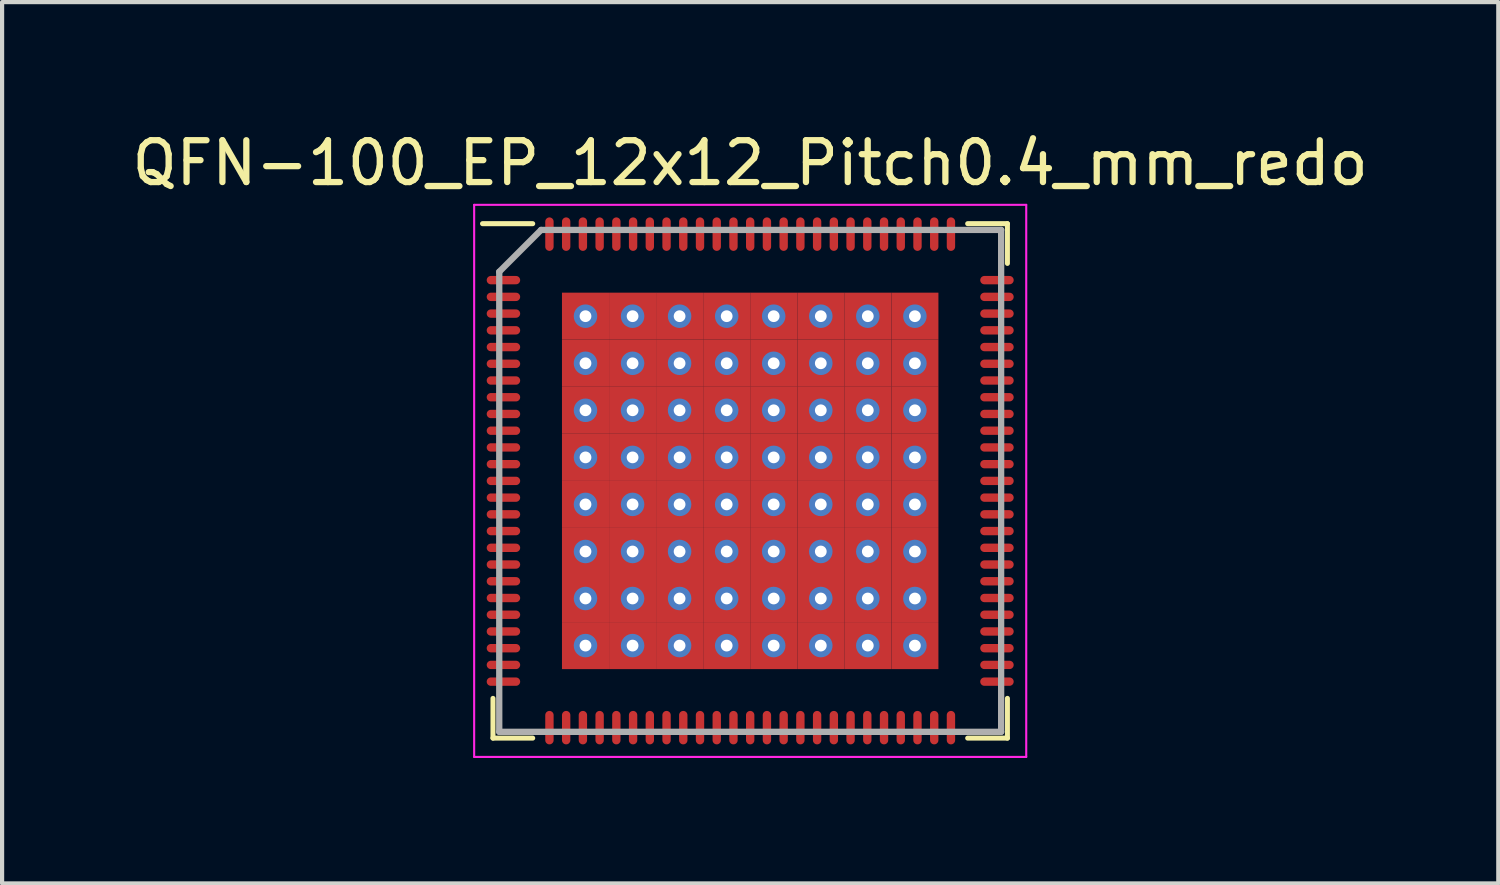
<source format=kicad_pcb>
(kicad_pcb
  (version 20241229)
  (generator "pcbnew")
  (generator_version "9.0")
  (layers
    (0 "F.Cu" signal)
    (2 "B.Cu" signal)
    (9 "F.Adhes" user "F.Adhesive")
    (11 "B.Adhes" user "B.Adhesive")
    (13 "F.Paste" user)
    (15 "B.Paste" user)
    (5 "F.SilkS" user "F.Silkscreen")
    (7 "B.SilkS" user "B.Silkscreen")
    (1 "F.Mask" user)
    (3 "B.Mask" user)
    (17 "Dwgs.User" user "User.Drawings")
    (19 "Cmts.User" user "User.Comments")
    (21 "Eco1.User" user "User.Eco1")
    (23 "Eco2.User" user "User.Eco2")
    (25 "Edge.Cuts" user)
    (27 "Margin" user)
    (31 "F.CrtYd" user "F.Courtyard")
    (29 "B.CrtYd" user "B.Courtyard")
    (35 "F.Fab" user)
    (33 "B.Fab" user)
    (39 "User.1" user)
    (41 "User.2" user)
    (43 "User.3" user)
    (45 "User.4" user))
  (footprint "QFN-100_EP_12x12_Pitch0.4_mm_redo"
    (layer "F.Cu")
    (at 14.887 8.448)
    (property "Reference" "QFN-100_EP_12x12_Pitch0.4_mm_redo" (at 0 -7.6 0) (layer "F.SilkS") (effects (font (size 1 1) (thickness 0.15))))
    (attr smd)
    (fp_line (start -6.15 6.15) (end -6.15 5.2) (stroke (width 0.12) (type solid)) (layer "F.SilkS"))
    (fp_line (start -5.2 -6.15) (end -6.4 -6.15) (stroke (width 0.12) (type solid)) (layer "F.SilkS"))
    (fp_line (start -5.2 6.15) (end -6.15 6.15) (stroke (width 0.12) (type solid)) (layer "F.SilkS"))
    (fp_line (start 5.2 -6.15) (end 6.15 -6.15) (stroke (width 0.12) (type solid)) (layer "F.SilkS"))
    (fp_line (start 5.2 6.15) (end 6.15 6.15) (stroke (width 0.12) (type solid)) (layer "F.SilkS"))
    (fp_line (start 6.15 -6.15) (end 6.15 -5.2) (stroke (width 0.12) (type solid)) (layer "F.SilkS"))
    (fp_line (start 6.15 6.15) (end 6.15 5.2) (stroke (width 0.12) (type solid)) (layer "F.SilkS"))
    (fp_line (start -6.6 -6.6) (end 6.6 -6.6) (stroke (width 0.05) (type solid)) (layer "F.CrtYd"))
    (fp_line (start -6.6 6.6) (end -6.6 -6.6) (stroke (width 0.05) (type solid)) (layer "F.CrtYd"))
    (fp_line (start 6.6 -6.6) (end 6.6 6.6) (stroke (width 0.05) (type solid)) (layer "F.CrtYd"))
    (fp_line (start 6.6 6.6) (end -6.6 6.6) (stroke (width 0.05) (type solid)) (layer "F.CrtYd"))
    (fp_line (start -6 -5) (end -6 6) (stroke (width 0.15) (type solid)) (layer "F.Fab"))
    (fp_line (start -6 6) (end 6 6) (stroke (width 0.15) (type solid)) (layer "F.Fab"))
    (fp_line (start -5 -6) (end -6 -5) (stroke (width 0.15) (type solid)) (layer "F.Fab"))
    (fp_line (start 6 -6) (end -5 -6) (stroke (width 0.15) (type solid)) (layer "F.Fab"))
    (fp_line (start 6 6) (end 6 -6) (stroke (width 0.15) (type solid)) (layer "F.Fab"))
    (pad "1" smd oval (at -5.9 -4.8 90) (size 0.2 0.8) (layers "F.Cu" "F.Mask" "F.Paste"))
    (pad "2" smd oval (at -5.9 -4.4 90) (size 0.2 0.8) (layers "F.Cu" "F.Mask" "F.Paste"))
    (pad "3" smd oval (at -5.9 -4 90) (size 0.2 0.8) (layers "F.Cu" "F.Mask" "F.Paste"))
    (pad "4" smd oval (at -5.9 -3.6 90) (size 0.2 0.8) (layers "F.Cu" "F.Mask" "F.Paste"))
    (pad "5" smd oval (at -5.9 -3.2 90) (size 0.2 0.8) (layers "F.Cu" "F.Mask" "F.Paste"))
    (pad "6" smd oval (at -5.9 -2.8 90) (size 0.2 0.8) (layers "F.Cu" "F.Mask" "F.Paste"))
    (pad "7" smd oval (at -5.9 -2.4 90) (size 0.2 0.8) (layers "F.Cu" "F.Mask" "F.Paste"))
    (pad "8" smd oval (at -5.9 -2 90) (size 0.2 0.8) (layers "F.Cu" "F.Mask" "F.Paste"))
    (pad "9" smd oval (at -5.9 -1.6 90) (size 0.2 0.8) (layers "F.Cu" "F.Mask" "F.Paste"))
    (pad "10" smd oval (at -5.9 -1.2 90) (size 0.2 0.8) (layers "F.Cu" "F.Mask" "F.Paste"))
    (pad "11" smd oval (at -5.9 -0.8 90) (size 0.2 0.8) (layers "F.Cu" "F.Mask" "F.Paste"))
    (pad "12" smd oval (at -5.9 -0.4 90) (size 0.2 0.8) (layers "F.Cu" "F.Mask" "F.Paste"))
    (pad "13" smd oval (at -5.9 0 90) (size 0.2 0.8) (layers "F.Cu" "F.Mask" "F.Paste"))
    (pad "14" smd oval (at -5.9 0.4 90) (size 0.2 0.8) (layers "F.Cu" "F.Mask" "F.Paste"))
    (pad "15" smd oval (at -5.9 0.8 90) (size 0.2 0.8) (layers "F.Cu" "F.Mask" "F.Paste"))
    (pad "16" smd oval (at -5.9 1.2 90) (size 0.2 0.8) (layers "F.Cu" "F.Mask" "F.Paste"))
    (pad "17" smd oval (at -5.9 1.6 90) (size 0.2 0.8) (layers "F.Cu" "F.Mask" "F.Paste"))
    (pad "18" smd oval (at -5.9 2 90) (size 0.2 0.8) (layers "F.Cu" "F.Mask" "F.Paste"))
    (pad "19" smd oval (at -5.9 2.4 90) (size 0.2 0.8) (layers "F.Cu" "F.Mask" "F.Paste"))
    (pad "20" smd oval (at -5.9 2.8 90) (size 0.2 0.8) (layers "F.Cu" "F.Mask" "F.Paste"))
    (pad "21" smd oval (at -5.9 3.2 90) (size 0.2 0.8) (layers "F.Cu" "F.Mask" "F.Paste"))
    (pad "22" smd oval (at -5.9 3.6 90) (size 0.2 0.8) (layers "F.Cu" "F.Mask" "F.Paste"))
    (pad "23" smd oval (at -5.9 4 90) (size 0.2 0.8) (layers "F.Cu" "F.Mask" "F.Paste"))
    (pad "24" smd oval (at -5.9 4.4 90) (size 0.2 0.8) (layers "F.Cu" "F.Mask" "F.Paste"))
    (pad "25" smd oval (at -5.9 4.8 90) (size 0.2 0.8) (layers "F.Cu" "F.Mask" "F.Paste"))
    (pad "26" smd oval (at -4.8 5.9) (size 0.2 0.8) (layers "F.Cu" "F.Mask" "F.Paste"))
    (pad "27" smd oval (at -4.4 5.9) (size 0.2 0.8) (layers "F.Cu" "F.Mask" "F.Paste"))
    (pad "28" smd oval (at -4 5.9) (size 0.2 0.8) (layers "F.Cu" "F.Mask" "F.Paste"))
    (pad "29" smd oval (at -3.6 5.9) (size 0.2 0.8) (layers "F.Cu" "F.Mask" "F.Paste"))
    (pad "30" smd oval (at -3.2 5.9) (size 0.2 0.8) (layers "F.Cu" "F.Mask" "F.Paste"))
    (pad "31" smd oval (at -2.8 5.9) (size 0.2 0.8) (layers "F.Cu" "F.Mask" "F.Paste"))
    (pad "32" smd oval (at -2.4 5.9) (size 0.2 0.8) (layers "F.Cu" "F.Mask" "F.Paste"))
    (pad "33" smd oval (at -2 5.9) (size 0.2 0.8) (layers "F.Cu" "F.Mask" "F.Paste"))
    (pad "34" smd oval (at -1.6 5.9) (size 0.2 0.8) (layers "F.Cu" "F.Mask" "F.Paste"))
    (pad "35" smd oval (at -1.2 5.9) (size 0.2 0.8) (layers "F.Cu" "F.Mask" "F.Paste"))
    (pad "36" smd oval (at -0.8 5.9) (size 0.2 0.8) (layers "F.Cu" "F.Mask" "F.Paste"))
    (pad "37" smd oval (at -0.4 5.9) (size 0.2 0.8) (layers "F.Cu" "F.Mask" "F.Paste"))
    (pad "38" smd oval (at 0 5.9) (size 0.2 0.8) (layers "F.Cu" "F.Mask" "F.Paste"))
    (pad "39" smd oval (at 0.4 5.9) (size 0.2 0.8) (layers "F.Cu" "F.Mask" "F.Paste"))
    (pad "40" smd oval (at 0.8 5.9) (size 0.2 0.8) (layers "F.Cu" "F.Mask" "F.Paste"))
    (pad "41" smd oval (at 1.2 5.9) (size 0.2 0.8) (layers "F.Cu" "F.Mask" "F.Paste"))
    (pad "42" smd oval (at 1.6 5.9) (size 0.2 0.8) (layers "F.Cu" "F.Mask" "F.Paste"))
    (pad "43" smd oval (at 2 5.9) (size 0.2 0.8) (layers "F.Cu" "F.Mask" "F.Paste"))
    (pad "44" smd oval (at 2.4 5.9) (size 0.2 0.8) (layers "F.Cu" "F.Mask" "F.Paste"))
    (pad "45" smd oval (at 2.8 5.9) (size 0.2 0.8) (layers "F.Cu" "F.Mask" "F.Paste"))
    (pad "46" smd oval (at 3.2 5.9) (size 0.2 0.8) (layers "F.Cu" "F.Mask" "F.Paste"))
    (pad "47" smd oval (at 3.6 5.9) (size 0.2 0.8) (layers "F.Cu" "F.Mask" "F.Paste"))
    (pad "48" smd oval (at 4 5.9) (size 0.2 0.8) (layers "F.Cu" "F.Mask" "F.Paste"))
    (pad "49" smd oval (at 4.4 5.9) (size 0.2 0.8) (layers "F.Cu" "F.Mask" "F.Paste"))
    (pad "50" smd oval (at 4.8 5.9) (size 0.2 0.8) (layers "F.Cu" "F.Mask" "F.Paste"))
    (pad "51" smd oval (at 5.9 4.8 90) (size 0.2 0.8) (layers "F.Cu" "F.Mask" "F.Paste"))
    (pad "52" smd oval (at 5.9 4.4 90) (size 0.2 0.8) (layers "F.Cu" "F.Mask" "F.Paste"))
    (pad "53" smd oval (at 5.9 4 90) (size 0.2 0.8) (layers "F.Cu" "F.Mask" "F.Paste"))
    (pad "54" smd oval (at 5.9 3.6 90) (size 0.2 0.8) (layers "F.Cu" "F.Mask" "F.Paste"))
    (pad "55" smd oval (at 5.9 3.2 90) (size 0.2 0.8) (layers "F.Cu" "F.Mask" "F.Paste"))
    (pad "56" smd oval (at 5.9 2.8 90) (size 0.2 0.8) (layers "F.Cu" "F.Mask" "F.Paste"))
    (pad "57" smd oval (at 5.9 2.4 90) (size 0.2 0.8) (layers "F.Cu" "F.Mask" "F.Paste"))
    (pad "58" smd oval (at 5.9 2 90) (size 0.2 0.8) (layers "F.Cu" "F.Mask" "F.Paste"))
    (pad "59" smd oval (at 5.9 1.6 90) (size 0.2 0.8) (layers "F.Cu" "F.Mask" "F.Paste"))
    (pad "60" smd oval (at 5.9 1.2 90) (size 0.2 0.8) (layers "F.Cu" "F.Mask" "F.Paste"))
    (pad "61" smd oval (at 5.9 0.8 90) (size 0.2 0.8) (layers "F.Cu" "F.Mask" "F.Paste"))
    (pad "62" smd oval (at 5.9 0.4 90) (size 0.2 0.8) (layers "F.Cu" "F.Mask" "F.Paste"))
    (pad "63" smd oval (at 5.9 0 90) (size 0.2 0.8) (layers "F.Cu" "F.Mask" "F.Paste"))
    (pad "64" smd oval (at 5.9 -0.4 90) (size 0.2 0.8) (layers "F.Cu" "F.Mask" "F.Paste"))
    (pad "65" smd oval (at 5.9 -0.8 90) (size 0.2 0.8) (layers "F.Cu" "F.Mask" "F.Paste"))
    (pad "66" smd oval (at 5.9 -1.2 90) (size 0.2 0.8) (layers "F.Cu" "F.Mask" "F.Paste"))
    (pad "67" smd oval (at 5.9 -1.6 90) (size 0.2 0.8) (layers "F.Cu" "F.Mask" "F.Paste"))
    (pad "68" smd oval (at 5.9 -2 90) (size 0.2 0.8) (layers "F.Cu" "F.Mask" "F.Paste"))
    (pad "69" smd oval (at 5.9 -2.4 90) (size 0.2 0.8) (layers "F.Cu" "F.Mask" "F.Paste"))
    (pad "70" smd oval (at 5.9 -2.8 90) (size 0.2 0.8) (layers "F.Cu" "F.Mask" "F.Paste"))
    (pad "71" smd oval (at 5.9 -3.2 90) (size 0.2 0.8) (layers "F.Cu" "F.Mask" "F.Paste"))
    (pad "72" smd oval (at 5.9 -3.6 90) (size 0.2 0.8) (layers "F.Cu" "F.Mask" "F.Paste"))
    (pad "73" smd oval (at 5.9 -4 90) (size 0.2 0.8) (layers "F.Cu" "F.Mask" "F.Paste"))
    (pad "74" smd oval (at 5.9 -4.4 90) (size 0.2 0.8) (layers "F.Cu" "F.Mask" "F.Paste"))
    (pad "75" smd oval (at 5.9 -4.8 90) (size 0.2 0.8) (layers "F.Cu" "F.Mask" "F.Paste"))
    (pad "76" smd oval (at 4.8 -5.9) (size 0.2 0.8) (layers "F.Cu" "F.Mask" "F.Paste"))
    (pad "77" smd oval (at 4.4 -5.9) (size 0.2 0.8) (layers "F.Cu" "F.Mask" "F.Paste"))
    (pad "78" smd oval (at 4 -5.9) (size 0.2 0.8) (layers "F.Cu" "F.Mask" "F.Paste"))
    (pad "79" smd oval (at 3.6 -5.9) (size 0.2 0.8) (layers "F.Cu" "F.Mask" "F.Paste"))
    (pad "80" smd oval (at 3.2 -5.9) (size 0.2 0.8) (layers "F.Cu" "F.Mask" "F.Paste"))
    (pad "81" smd oval (at 2.8 -5.9) (size 0.2 0.8) (layers "F.Cu" "F.Mask" "F.Paste"))
    (pad "82" smd oval (at 2.4 -5.9) (size 0.2 0.8) (layers "F.Cu" "F.Mask" "F.Paste"))
    (pad "83" smd oval (at 2 -5.9) (size 0.2 0.8) (layers "F.Cu" "F.Mask" "F.Paste"))
    (pad "84" smd oval (at 1.6 -5.9) (size 0.2 0.8) (layers "F.Cu" "F.Mask" "F.Paste"))
    (pad "85" smd oval (at 1.2 -5.9) (size 0.2 0.8) (layers "F.Cu" "F.Mask" "F.Paste"))
    (pad "86" smd oval (at 0.8 -5.9) (size 0.2 0.8) (layers "F.Cu" "F.Mask" "F.Paste"))
    (pad "87" smd oval (at 0.4 -5.9) (size 0.2 0.8) (layers "F.Cu" "F.Mask" "F.Paste"))
    (pad "88" smd oval (at 0 -5.9) (size 0.2 0.8) (layers "F.Cu" "F.Mask" "F.Paste"))
    (pad "89" smd oval (at -0.4 -5.9) (size 0.2 0.8) (layers "F.Cu" "F.Mask" "F.Paste"))
    (pad "90" smd oval (at -0.8 -5.9) (size 0.2 0.8) (layers "F.Cu" "F.Mask" "F.Paste"))
    (pad "91" smd oval (at -1.2 -5.9) (size 0.2 0.8) (layers "F.Cu" "F.Mask" "F.Paste"))
    (pad "92" smd oval (at -1.6 -5.9) (size 0.2 0.8) (layers "F.Cu" "F.Mask" "F.Paste"))
    (pad "93" smd oval (at -2 -5.9) (size 0.2 0.8) (layers "F.Cu" "F.Mask" "F.Paste"))
    (pad "94" smd oval (at -2.4 -5.9) (size 0.2 0.8) (layers "F.Cu" "F.Mask" "F.Paste"))
    (pad "95" smd oval (at -2.8 -5.9) (size 0.2 0.8) (layers "F.Cu" "F.Mask" "F.Paste"))
    (pad "96" smd oval (at -3.2 -5.9) (size 0.2 0.8) (layers "F.Cu" "F.Mask" "F.Paste"))
    (pad "97" smd oval (at -3.6 -5.9) (size 0.2 0.8) (layers "F.Cu" "F.Mask" "F.Paste"))
    (pad "98" smd oval (at -4 -5.9) (size 0.2 0.8) (layers "F.Cu" "F.Mask" "F.Paste"))
    (pad "99" smd oval (at -4.4 -5.9) (size 0.2 0.8) (layers "F.Cu" "F.Mask" "F.Paste"))
    (pad "100" smd oval (at -4.8 -5.9) (size 0.2 0.8) (layers "F.Cu" "F.Mask" "F.Paste"))
    (pad "101" thru_hole circle (at -3.938 -3.938) (size 0.562 0.562) (drill 0.281) (layers "*.Cu" "*.Mask"))
    (pad "101" smd rect (at -3.938 -3.938) (size 1.125 1.125) (layers "F.Cu" "F.Mask" "F.Paste"))
    (pad "101" thru_hole circle (at -3.938 -2.812) (size 0.562 0.562) (drill 0.281) (layers "*.Cu" "*.Mask"))
    (pad "101" smd rect (at -3.938 -2.812) (size 1.125 1.125) (layers "F.Cu" "F.Mask" "F.Paste"))
    (pad "101" thru_hole circle (at -3.938 -1.688) (size 0.562 0.562) (drill 0.281) (layers "*.Cu" "*.Mask"))
    (pad "101" smd rect (at -3.938 -1.688) (size 1.125 1.125) (layers "F.Cu" "F.Mask" "F.Paste"))
    (pad "101" thru_hole circle (at -3.938 -0.562) (size 0.562 0.562) (drill 0.281) (layers "*.Cu" "*.Mask"))
    (pad "101" smd rect (at -3.938 -0.562) (size 1.125 1.125) (layers "F.Cu" "F.Mask" "F.Paste"))
    (pad "101" thru_hole circle (at -3.938 0.562) (size 0.562 0.562) (drill 0.281) (layers "*.Cu" "*.Mask"))
    (pad "101" smd rect (at -3.938 0.562) (size 1.125 1.125) (layers "F.Cu" "F.Mask" "F.Paste"))
    (pad "101" thru_hole circle (at -3.938 1.688) (size 0.562 0.562) (drill 0.281) (layers "*.Cu" "*.Mask"))
    (pad "101" smd rect (at -3.938 1.688) (size 1.125 1.125) (layers "F.Cu" "F.Mask" "F.Paste"))
    (pad "101" thru_hole circle (at -3.938 2.812) (size 0.562 0.562) (drill 0.281) (layers "*.Cu" "*.Mask"))
    (pad "101" smd rect (at -3.938 2.812) (size 1.125 1.125) (layers "F.Cu" "F.Mask" "F.Paste"))
    (pad "101" thru_hole circle (at -3.938 3.938) (size 0.562 0.562) (drill 0.281) (layers "*.Cu" "*.Mask"))
    (pad "101" smd rect (at -3.938 3.938) (size 1.125 1.125) (layers "F.Cu" "F.Mask" "F.Paste"))
    (pad "101" thru_hole circle (at -2.812 -3.938) (size 0.562 0.562) (drill 0.281) (layers "*.Cu" "*.Mask"))
    (pad "101" smd rect (at -2.812 -3.938) (size 1.125 1.125) (layers "F.Cu" "F.Mask" "F.Paste"))
    (pad "101" thru_hole circle (at -2.812 -2.812) (size 0.562 0.562) (drill 0.281) (layers "*.Cu" "*.Mask"))
    (pad "101" smd rect (at -2.812 -2.812) (size 1.125 1.125) (layers "F.Cu" "F.Mask" "F.Paste"))
    (pad "101" thru_hole circle (at -2.812 -1.688) (size 0.562 0.562) (drill 0.281) (layers "*.Cu" "*.Mask"))
    (pad "101" smd rect (at -2.812 -1.688) (size 1.125 1.125) (layers "F.Cu" "F.Mask" "F.Paste"))
    (pad "101" thru_hole circle (at -2.812 -0.562) (size 0.562 0.562) (drill 0.281) (layers "*.Cu" "*.Mask"))
    (pad "101" smd rect (at -2.812 -0.562) (size 1.125 1.125) (layers "F.Cu" "F.Mask" "F.Paste"))
    (pad "101" thru_hole circle (at -2.812 0.562) (size 0.562 0.562) (drill 0.281) (layers "*.Cu" "*.Mask"))
    (pad "101" smd rect (at -2.812 0.562) (size 1.125 1.125) (layers "F.Cu" "F.Mask" "F.Paste"))
    (pad "101" thru_hole circle (at -2.812 1.688) (size 0.562 0.562) (drill 0.281) (layers "*.Cu" "*.Mask"))
    (pad "101" smd rect (at -2.812 1.688) (size 1.125 1.125) (layers "F.Cu" "F.Mask" "F.Paste"))
    (pad "101" thru_hole circle (at -2.812 2.812) (size 0.562 0.562) (drill 0.281) (layers "*.Cu" "*.Mask"))
    (pad "101" smd rect (at -2.812 2.812) (size 1.125 1.125) (layers "F.Cu" "F.Mask" "F.Paste"))
    (pad "101" thru_hole circle (at -2.812 3.938) (size 0.562 0.562) (drill 0.281) (layers "*.Cu" "*.Mask"))
    (pad "101" smd rect (at -2.812 3.938) (size 1.125 1.125) (layers "F.Cu" "F.Mask" "F.Paste"))
    (pad "101" thru_hole circle (at -1.688 -3.938) (size 0.562 0.562) (drill 0.281) (layers "*.Cu" "*.Mask"))
    (pad "101" smd rect (at -1.688 -3.938) (size 1.125 1.125) (layers "F.Cu" "F.Mask" "F.Paste"))
    (pad "101" thru_hole circle (at -1.688 -2.812) (size 0.562 0.562) (drill 0.281) (layers "*.Cu" "*.Mask"))
    (pad "101" smd rect (at -1.688 -2.812) (size 1.125 1.125) (layers "F.Cu" "F.Mask" "F.Paste"))
    (pad "101" thru_hole circle (at -1.688 -1.688) (size 0.562 0.562) (drill 0.281) (layers "*.Cu" "*.Mask"))
    (pad "101" smd rect (at -1.688 -1.688) (size 1.125 1.125) (layers "F.Cu" "F.Mask" "F.Paste"))
    (pad "101" thru_hole circle (at -1.688 -0.562) (size 0.562 0.562) (drill 0.281) (layers "*.Cu" "*.Mask"))
    (pad "101" smd rect (at -1.688 -0.562) (size 1.125 1.125) (layers "F.Cu" "F.Mask" "F.Paste"))
    (pad "101" thru_hole circle (at -1.688 0.562) (size 0.562 0.562) (drill 0.281) (layers "*.Cu" "*.Mask"))
    (pad "101" smd rect (at -1.688 0.562) (size 1.125 1.125) (layers "F.Cu" "F.Mask" "F.Paste"))
    (pad "101" thru_hole circle (at -1.688 1.688) (size 0.562 0.562) (drill 0.281) (layers "*.Cu" "*.Mask"))
    (pad "101" smd rect (at -1.688 1.688) (size 1.125 1.125) (layers "F.Cu" "F.Mask" "F.Paste"))
    (pad "101" thru_hole circle (at -1.688 2.812) (size 0.562 0.562) (drill 0.281) (layers "*.Cu" "*.Mask"))
    (pad "101" smd rect (at -1.688 2.812) (size 1.125 1.125) (layers "F.Cu" "F.Mask" "F.Paste"))
    (pad "101" thru_hole circle (at -1.688 3.938) (size 0.562 0.562) (drill 0.281) (layers "*.Cu" "*.Mask"))
    (pad "101" smd rect (at -1.688 3.938) (size 1.125 1.125) (layers "F.Cu" "F.Mask" "F.Paste"))
    (pad "101" thru_hole circle (at -0.562 -3.938) (size 0.562 0.562) (drill 0.281) (layers "*.Cu" "*.Mask"))
    (pad "101" smd rect (at -0.562 -3.938) (size 1.125 1.125) (layers "F.Cu" "F.Mask" "F.Paste"))
    (pad "101" thru_hole circle (at -0.562 -2.812) (size 0.562 0.562) (drill 0.281) (layers "*.Cu" "*.Mask"))
    (pad "101" smd rect (at -0.562 -2.812) (size 1.125 1.125) (layers "F.Cu" "F.Mask" "F.Paste"))
    (pad "101" thru_hole circle (at -0.562 -1.688) (size 0.562 0.562) (drill 0.281) (layers "*.Cu" "*.Mask"))
    (pad "101" smd rect (at -0.562 -1.688) (size 1.125 1.125) (layers "F.Cu" "F.Mask" "F.Paste"))
    (pad "101" thru_hole circle (at -0.562 -0.562) (size 0.562 0.562) (drill 0.281) (layers "*.Cu" "*.Mask"))
    (pad "101" smd rect (at -0.562 -0.562) (size 1.125 1.125) (layers "F.Cu" "F.Mask" "F.Paste"))
    (pad "101" thru_hole circle (at -0.562 0.562) (size 0.562 0.562) (drill 0.281) (layers "*.Cu" "*.Mask"))
    (pad "101" smd rect (at -0.562 0.562) (size 1.125 1.125) (layers "F.Cu" "F.Mask" "F.Paste"))
    (pad "101" thru_hole circle (at -0.562 1.688) (size 0.562 0.562) (drill 0.281) (layers "*.Cu" "*.Mask"))
    (pad "101" smd rect (at -0.562 1.688) (size 1.125 1.125) (layers "F.Cu" "F.Mask" "F.Paste"))
    (pad "101" thru_hole circle (at -0.562 2.812) (size 0.562 0.562) (drill 0.281) (layers "*.Cu" "*.Mask"))
    (pad "101" smd rect (at -0.562 2.812) (size 1.125 1.125) (layers "F.Cu" "F.Mask" "F.Paste"))
    (pad "101" thru_hole circle (at -0.562 3.938) (size 0.562 0.562) (drill 0.281) (layers "*.Cu" "*.Mask"))
    (pad "101" smd rect (at -0.562 3.938) (size 1.125 1.125) (layers "F.Cu" "F.Mask" "F.Paste"))
    (pad "101" thru_hole circle (at 0.562 -3.938) (size 0.562 0.562) (drill 0.281) (layers "*.Cu" "*.Mask"))
    (pad "101" smd rect (at 0.562 -3.938) (size 1.125 1.125) (layers "F.Cu" "F.Mask" "F.Paste"))
    (pad "101" thru_hole circle (at 0.562 -2.812) (size 0.562 0.562) (drill 0.281) (layers "*.Cu" "*.Mask"))
    (pad "101" smd rect (at 0.562 -2.812) (size 1.125 1.125) (layers "F.Cu" "F.Mask" "F.Paste"))
    (pad "101" thru_hole circle (at 0.562 -1.688) (size 0.562 0.562) (drill 0.281) (layers "*.Cu" "*.Mask"))
    (pad "101" smd rect (at 0.562 -1.688) (size 1.125 1.125) (layers "F.Cu" "F.Mask" "F.Paste"))
    (pad "101" thru_hole circle (at 0.562 -0.562) (size 0.562 0.562) (drill 0.281) (layers "*.Cu" "*.Mask"))
    (pad "101" smd rect (at 0.562 -0.562) (size 1.125 1.125) (layers "F.Cu" "F.Mask" "F.Paste"))
    (pad "101" thru_hole circle (at 0.562 0.562) (size 0.562 0.562) (drill 0.281) (layers "*.Cu" "*.Mask"))
    (pad "101" smd rect (at 0.562 0.562) (size 1.125 1.125) (layers "F.Cu" "F.Mask" "F.Paste"))
    (pad "101" thru_hole circle (at 0.562 1.688) (size 0.562 0.562) (drill 0.281) (layers "*.Cu" "*.Mask"))
    (pad "101" smd rect (at 0.562 1.688) (size 1.125 1.125) (layers "F.Cu" "F.Mask" "F.Paste"))
    (pad "101" thru_hole circle (at 0.562 2.812) (size 0.562 0.562) (drill 0.281) (layers "*.Cu" "*.Mask"))
    (pad "101" smd rect (at 0.562 2.812) (size 1.125 1.125) (layers "F.Cu" "F.Mask" "F.Paste"))
    (pad "101" thru_hole circle (at 0.562 3.938) (size 0.562 0.562) (drill 0.281) (layers "*.Cu" "*.Mask"))
    (pad "101" smd rect (at 0.562 3.938) (size 1.125 1.125) (layers "F.Cu" "F.Mask" "F.Paste"))
    (pad "101" thru_hole circle (at 1.688 -3.938) (size 0.562 0.562) (drill 0.281) (layers "*.Cu" "*.Mask"))
    (pad "101" smd rect (at 1.688 -3.938) (size 1.125 1.125) (layers "F.Cu" "F.Mask" "F.Paste"))
    (pad "101" thru_hole circle (at 1.688 -2.812) (size 0.562 0.562) (drill 0.281) (layers "*.Cu" "*.Mask"))
    (pad "101" smd rect (at 1.688 -2.812) (size 1.125 1.125) (layers "F.Cu" "F.Mask" "F.Paste"))
    (pad "101" thru_hole circle (at 1.688 -1.688) (size 0.562 0.562) (drill 0.281) (layers "*.Cu" "*.Mask"))
    (pad "101" smd rect (at 1.688 -1.688) (size 1.125 1.125) (layers "F.Cu" "F.Mask" "F.Paste"))
    (pad "101" thru_hole circle (at 1.688 -0.562) (size 0.562 0.562) (drill 0.281) (layers "*.Cu" "*.Mask"))
    (pad "101" smd rect (at 1.688 -0.562) (size 1.125 1.125) (layers "F.Cu" "F.Mask" "F.Paste"))
    (pad "101" thru_hole circle (at 1.688 0.562) (size 0.562 0.562) (drill 0.281) (layers "*.Cu" "*.Mask"))
    (pad "101" smd rect (at 1.688 0.562) (size 1.125 1.125) (layers "F.Cu" "F.Mask" "F.Paste"))
    (pad "101" thru_hole circle (at 1.688 1.688) (size 0.562 0.562) (drill 0.281) (layers "*.Cu" "*.Mask"))
    (pad "101" smd rect (at 1.688 1.688) (size 1.125 1.125) (layers "F.Cu" "F.Mask" "F.Paste"))
    (pad "101" thru_hole circle (at 1.688 2.812) (size 0.562 0.562) (drill 0.281) (layers "*.Cu" "*.Mask"))
    (pad "101" smd rect (at 1.688 2.812) (size 1.125 1.125) (layers "F.Cu" "F.Mask" "F.Paste"))
    (pad "101" thru_hole circle (at 1.688 3.938) (size 0.562 0.562) (drill 0.281) (layers "*.Cu" "*.Mask"))
    (pad "101" smd rect (at 1.688 3.938) (size 1.125 1.125) (layers "F.Cu" "F.Mask" "F.Paste"))
    (pad "101" thru_hole circle (at 2.812 -3.938) (size 0.562 0.562) (drill 0.281) (layers "*.Cu" "*.Mask"))
    (pad "101" smd rect (at 2.812 -3.938) (size 1.125 1.125) (layers "F.Cu" "F.Mask" "F.Paste"))
    (pad "101" thru_hole circle (at 2.812 -2.812) (size 0.562 0.562) (drill 0.281) (layers "*.Cu" "*.Mask"))
    (pad "101" smd rect (at 2.812 -2.812) (size 1.125 1.125) (layers "F.Cu" "F.Mask" "F.Paste"))
    (pad "101" thru_hole circle (at 2.812 -1.688) (size 0.562 0.562) (drill 0.281) (layers "*.Cu" "*.Mask"))
    (pad "101" smd rect (at 2.812 -1.688) (size 1.125 1.125) (layers "F.Cu" "F.Mask" "F.Paste"))
    (pad "101" thru_hole circle (at 2.812 -0.562) (size 0.562 0.562) (drill 0.281) (layers "*.Cu" "*.Mask"))
    (pad "101" smd rect (at 2.812 -0.562) (size 1.125 1.125) (layers "F.Cu" "F.Mask" "F.Paste"))
    (pad "101" thru_hole circle (at 2.812 0.562) (size 0.562 0.562) (drill 0.281) (layers "*.Cu" "*.Mask"))
    (pad "101" smd rect (at 2.812 0.562) (size 1.125 1.125) (layers "F.Cu" "F.Mask" "F.Paste"))
    (pad "101" thru_hole circle (at 2.812 1.688) (size 0.562 0.562) (drill 0.281) (layers "*.Cu" "*.Mask"))
    (pad "101" smd rect (at 2.812 1.688) (size 1.125 1.125) (layers "F.Cu" "F.Mask" "F.Paste"))
    (pad "101" thru_hole circle (at 2.812 2.812) (size 0.562 0.562) (drill 0.281) (layers "*.Cu" "*.Mask"))
    (pad "101" smd rect (at 2.812 2.812) (size 1.125 1.125) (layers "F.Cu" "F.Mask" "F.Paste"))
    (pad "101" thru_hole circle (at 2.812 3.938) (size 0.562 0.562) (drill 0.281) (layers "*.Cu" "*.Mask"))
    (pad "101" smd rect (at 2.812 3.938) (size 1.125 1.125) (layers "F.Cu" "F.Mask" "F.Paste"))
    (pad "101" thru_hole circle (at 3.938 -3.938) (size 0.562 0.562) (drill 0.281) (layers "*.Cu" "*.Mask"))
    (pad "101" smd rect (at 3.938 -3.938) (size 1.125 1.125) (layers "F.Cu" "F.Mask" "F.Paste"))
    (pad "101" thru_hole circle (at 3.938 -2.812) (size 0.562 0.562) (drill 0.281) (layers "*.Cu" "*.Mask"))
    (pad "101" smd rect (at 3.938 -2.812) (size 1.125 1.125) (layers "F.Cu" "F.Mask" "F.Paste"))
    (pad "101" thru_hole circle (at 3.938 -1.688) (size 0.562 0.562) (drill 0.281) (layers "*.Cu" "*.Mask"))
    (pad "101" smd rect (at 3.938 -1.688) (size 1.125 1.125) (layers "F.Cu" "F.Mask" "F.Paste"))
    (pad "101" thru_hole circle (at 3.938 -0.562) (size 0.562 0.562) (drill 0.281) (layers "*.Cu" "*.Mask"))
    (pad "101" smd rect (at 3.938 -0.562) (size 1.125 1.125) (layers "F.Cu" "F.Mask" "F.Paste"))
    (pad "101" thru_hole circle (at 3.938 0.562) (size 0.562 0.562) (drill 0.281) (layers "*.Cu" "*.Mask"))
    (pad "101" smd rect (at 3.938 0.562) (size 1.125 1.125) (layers "F.Cu" "F.Mask" "F.Paste"))
    (pad "101" thru_hole circle (at 3.938 1.688) (size 0.562 0.562) (drill 0.281) (layers "*.Cu" "*.Mask"))
    (pad "101" smd rect (at 3.938 1.688) (size 1.125 1.125) (layers "F.Cu" "F.Mask" "F.Paste"))
    (pad "101" thru_hole circle (at 3.938 2.812) (size 0.562 0.562) (drill 0.281) (layers "*.Cu" "*.Mask"))
    (pad "101" smd rect (at 3.938 2.812) (size 1.125 1.125) (layers "F.Cu" "F.Mask" "F.Paste"))
    (pad "101" thru_hole circle (at 3.938 3.938) (size 0.562 0.562) (drill 0.281) (layers "*.Cu" "*.Mask"))
    (pad "101" smd rect (at 3.938 3.938) (size 1.125 1.125) (layers "F.Cu" "F.Mask" "F.Paste")))
  (gr_rect
    (start -3 -3)
    (end 32.774 18.073)
    (stroke (width 0.1) (type default))
    (fill no)
    (layer "Edge.Cuts")))
</source>
